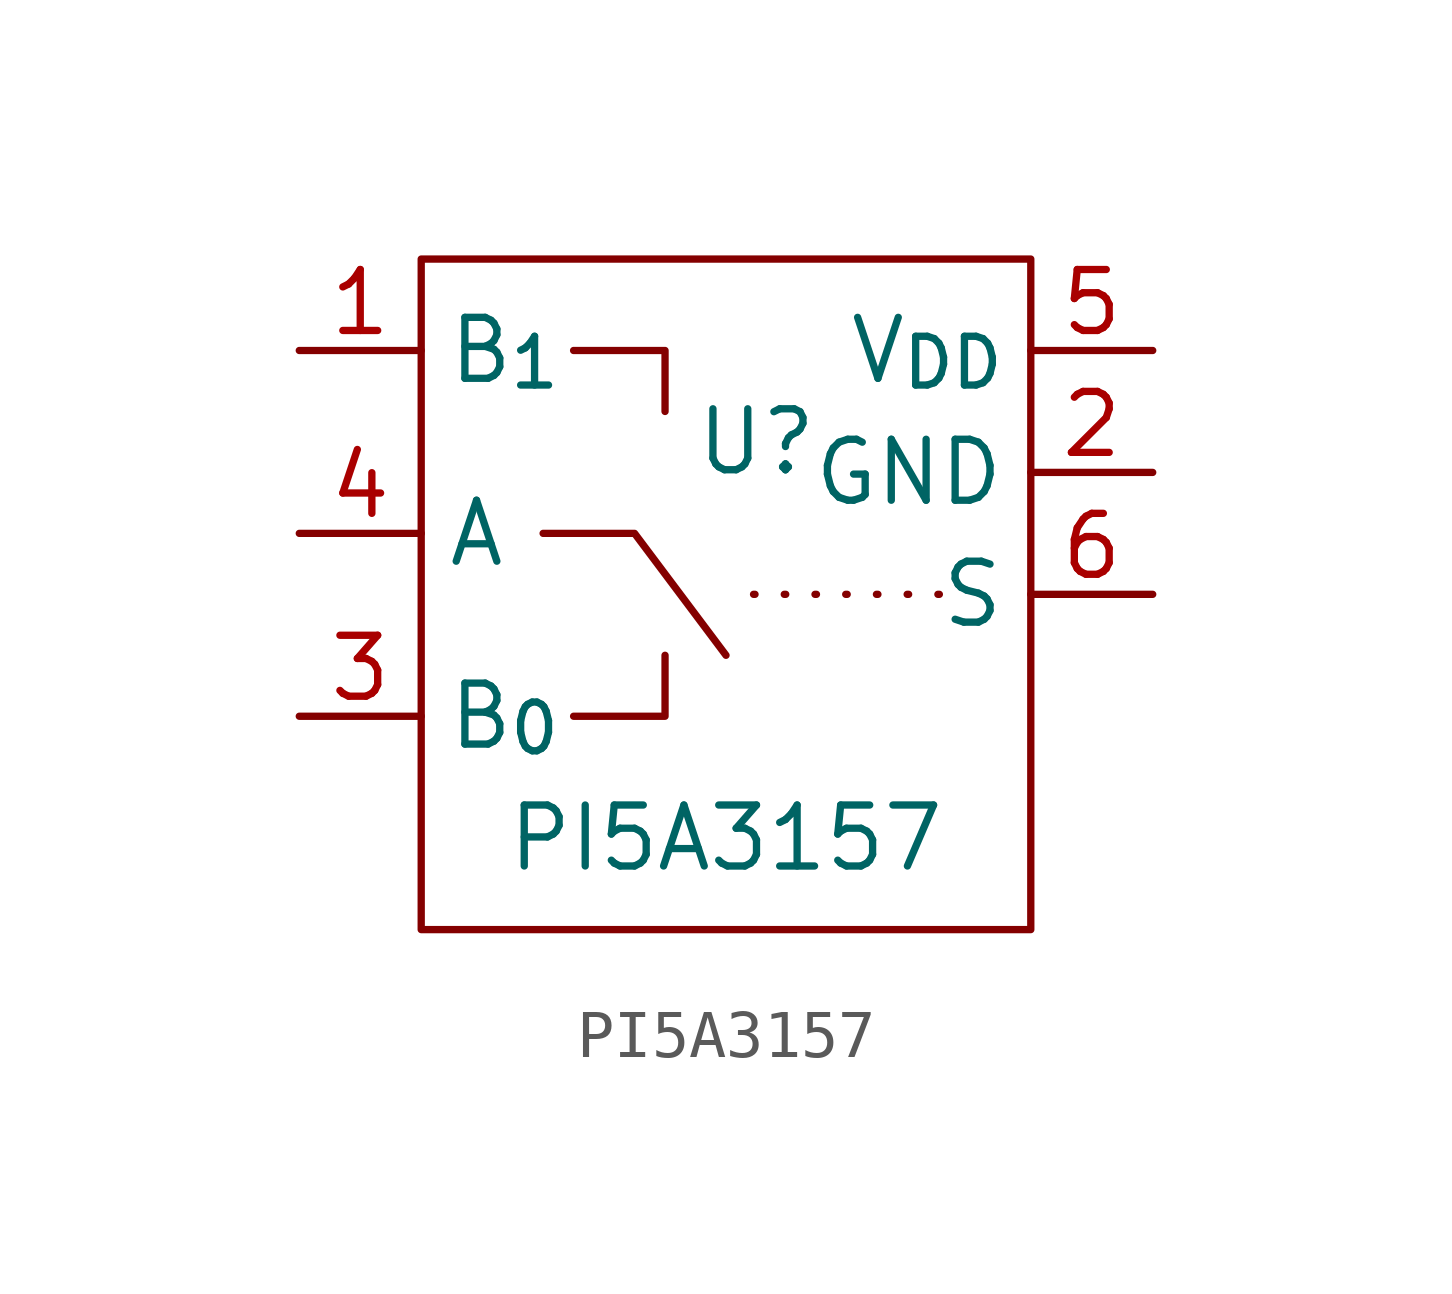
<source format=kicad_sym>
(kicad_symbol_lib
  (version 20220914)
  (generator kicad_symbol_editor)
  (symbol "PI5A3157"
    (property "Reference" "U"
      (at 0 3.175 0)
      (effects (font (size 1.27 1.27))))
    (property "Value" "PI5A3157"
      (at -0.635 -5.08 0)
      (effects (font (size 1.27 1.27))))
    (symbol "PI5A3157_0_1"
      (polyline (pts (xy -4.445 1.27) (xy -2.54 1.27) (xy -0.635 -1.27)) (stroke (width 0) (type default)) (fill (type none)))
      (polyline (pts (xy -3.81 -2.54) (xy -1.905 -2.54) (xy -1.905 -1.27)) (stroke (width 0) (type default)) (fill (type none)))
      (polyline (pts (xy -3.81 5.08) (xy -1.905 5.08) (xy -1.905 3.81)) (stroke (width 0) (type default)) (fill (type none))))
    (symbol "PI5A3157_1_1"
      (rectangle (start -6.985 6.985) (end 5.715 -6.985) (stroke (width 0) (type default)) (fill (type none)))
      (polyline (pts (xy 3.81 0) (xy -0.635 0)) (stroke (width 0) (type dot)) (fill (type none)))
      (pin input line (at -9.525 5.08 0) (length 2.54) (name "B_{1}" (effects (font (size 1.27 1.27)))) (number "1" (effects (font (size 1.27 1.27)))))
      (pin input line (at 8.255 2.54 180) (length 2.54) (name "GND" (effects (font (size 1.27 1.27)))) (number "2" (effects (font (size 1.27 1.27)))))
      (pin input line (at -9.525 -2.54 0) (length 2.54) (name "B_{0}" (effects (font (size 1.27 1.27)))) (number "3" (effects (font (size 1.27 1.27)))))
      (pin input line (at -9.525 1.27 0) (length 2.54) (name "A" (effects (font (size 1.27 1.27)))) (number "4" (effects (font (size 1.27 1.27)))))
      (pin input line (at 8.255 5.08 180) (length 2.54) (name "V_{DD}" (effects (font (size 1.27 1.27)))) (number "5" (effects (font (size 1.27 1.27)))))
      (pin input line (at 8.255 0 180) (length 2.54) (name "S" (effects (font (size 1.27 1.27)))) (number "6" (effects (font (size 1.27 1.27))))))))
</source>
